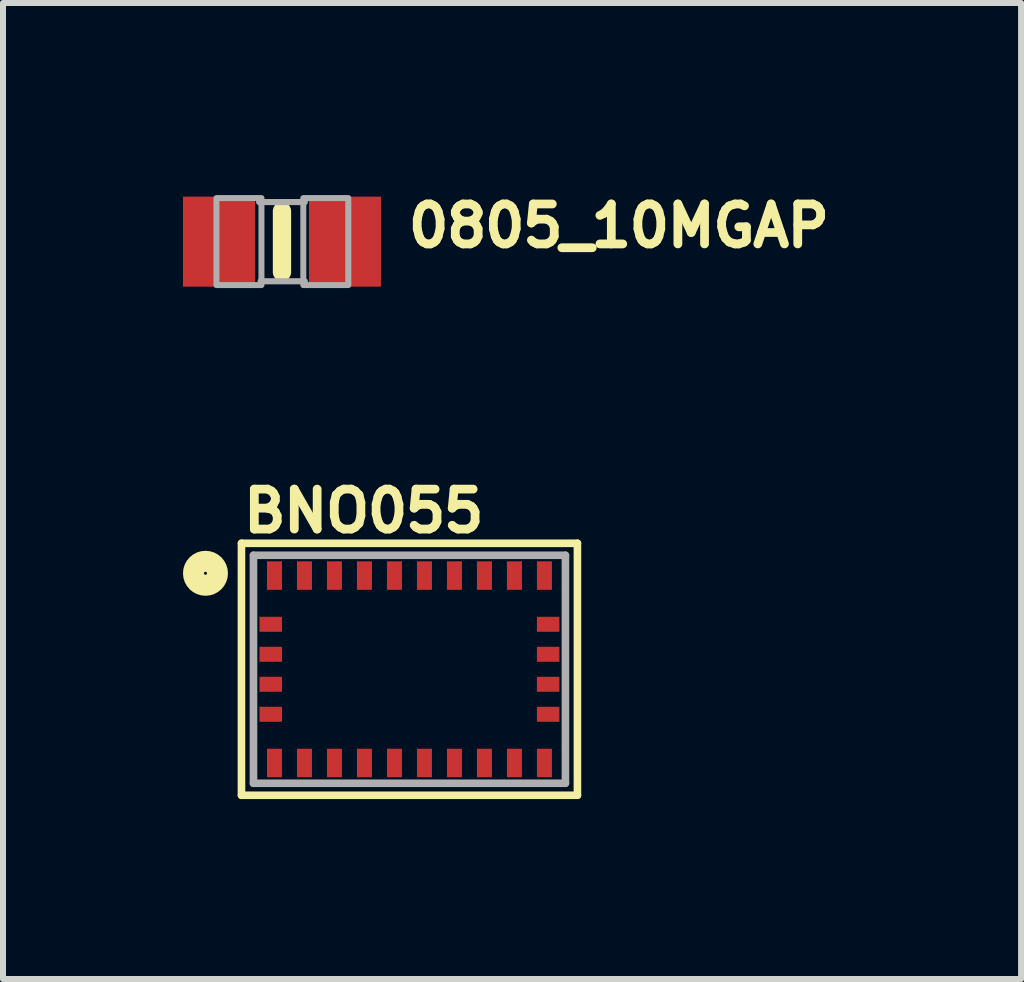
<source format=kicad_pcb>
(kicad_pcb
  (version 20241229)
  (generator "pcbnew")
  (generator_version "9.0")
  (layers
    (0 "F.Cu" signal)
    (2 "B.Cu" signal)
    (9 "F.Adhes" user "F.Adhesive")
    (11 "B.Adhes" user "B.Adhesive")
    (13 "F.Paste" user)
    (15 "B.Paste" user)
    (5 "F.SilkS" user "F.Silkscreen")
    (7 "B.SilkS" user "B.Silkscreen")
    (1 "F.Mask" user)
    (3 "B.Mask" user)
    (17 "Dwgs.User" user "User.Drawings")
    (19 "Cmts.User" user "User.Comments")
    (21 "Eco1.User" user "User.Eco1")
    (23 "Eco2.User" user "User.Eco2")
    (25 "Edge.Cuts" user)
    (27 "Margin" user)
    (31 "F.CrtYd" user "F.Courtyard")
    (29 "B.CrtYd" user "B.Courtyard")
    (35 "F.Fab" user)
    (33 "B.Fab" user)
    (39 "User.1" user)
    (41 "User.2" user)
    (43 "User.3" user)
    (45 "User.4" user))
  (footprint "0805_10MGAP"
    (layer "F.Cu")
    (at 1.65 0.978)
    (property "Reference" "0805_10MGAP" (at 2.032 0.127 0) (layer "F.SilkS") (effects (font (size 0.666 0.666) (thickness 0.146)) (justify left bottom)))
    (fp_line (start 0 -0.508) (end 0 0.508) (stroke (width 0.305) (type solid)) (layer "F.SilkS"))
    (fp_line (start -0.381 -0.66) (end 0.381 -0.66) (stroke (width 0.102) (type solid)) (layer "F.Fab"))
    (fp_line (start -0.356 0.66) (end 0.381 0.66) (stroke (width 0.102) (type solid)) (layer "F.Fab"))
    (fp_poly (pts (xy -1.092 0.724) (xy -0.342 0.724) (xy -0.342 -0.726) (xy -1.092 -0.726)) (stroke (width 0.1) (type default)) (fill no) (layer "F.Fab"))
    (fp_poly (pts (xy 0.356 0.724) (xy 1.106 0.724) (xy 1.106 -0.726) (xy 0.356 -0.726)) (stroke (width 0.1) (type default)) (fill no) (layer "F.Fab"))
    (pad "1" smd rect (at -1.05 0) (size 1.2 1.5) (layers "F.Cu" "F.Mask" "F.Paste"))
    (pad "2" smd rect (at 1.05 0) (size 1.2 1.5) (layers "F.Cu" "F.Mask" "F.Paste")))
  (footprint "BNO055"
    (layer "F.Cu")
    (at 3.775 8.106)
    (property "Reference" "BNO055" (at -2.84 -2.248 0) (layer "F.SilkS") (effects (font (size 0.666 0.666) (thickness 0.146)) (justify left bottom)))
    (fp_line (start -2.8 -2.1) (end 2.8 -2.1) (stroke (width 0.127) (type solid)) (layer "F.SilkS"))
    (fp_line (start -2.8 2.1) (end -2.8 -2.1) (stroke (width 0.127) (type solid)) (layer "F.SilkS"))
    (fp_line (start 2.8 -2.1) (end 2.8 2.1) (stroke (width 0.127) (type solid)) (layer "F.SilkS"))
    (fp_line (start 2.8 2.1) (end -2.8 2.1) (stroke (width 0.127) (type solid)) (layer "F.SilkS"))
    (fp_circle (center -3.4 -1.6) (end -3.2 -1.6) (stroke (width 0.35) (type solid)) (fill no) (layer "F.SilkS"))
    (fp_line (start -2.6 -1.9) (end 2.6 -1.9) (stroke (width 0.127) (type solid)) (layer "F.Fab"))
    (fp_line (start -2.6 1.9) (end -2.6 -1.9) (stroke (width 0.127) (type solid)) (layer "F.Fab"))
    (fp_line (start 2.6 -1.9) (end 2.6 1.9) (stroke (width 0.127) (type solid)) (layer "F.Fab"))
    (fp_line (start 2.6 1.9) (end -2.6 1.9) (stroke (width 0.127) (type solid)) (layer "F.Fab"))
    (pad "1" smd rect (at -2.25 -1.562) (size 0.25 0.475) (layers "F.Cu" "F.Mask" "F.Paste"))
    (pad "2" smd rect (at -2.312 -0.75) (size 0.375 0.25) (layers "F.Cu" "F.Mask" "F.Paste"))
    (pad "3" smd rect (at -2.312 -0.25) (size 0.375 0.25) (layers "F.Cu" "F.Mask" "F.Paste"))
    (pad "4" smd rect (at -2.312 0.25) (size 0.375 0.25) (layers "F.Cu" "F.Mask" "F.Paste"))
    (pad "5" smd rect (at -2.312 0.75) (size 0.375 0.25) (layers "F.Cu" "F.Mask" "F.Paste"))
    (pad "6" smd rect (at -2.25 1.562) (size 0.25 0.475) (layers "F.Cu" "F.Mask" "F.Paste"))
    (pad "7" smd rect (at -1.75 1.562) (size 0.25 0.475) (layers "F.Cu" "F.Mask" "F.Paste"))
    (pad "8" smd rect (at -1.25 1.562) (size 0.25 0.475) (layers "F.Cu" "F.Mask" "F.Paste"))
    (pad "9" smd rect (at -0.75 1.562) (size 0.25 0.475) (layers "F.Cu" "F.Mask" "F.Paste"))
    (pad "10" smd rect (at -0.25 1.562) (size 0.25 0.475) (layers "F.Cu" "F.Mask" "F.Paste"))
    (pad "11" smd rect (at 0.25 1.562) (size 0.25 0.475) (layers "F.Cu" "F.Mask" "F.Paste"))
    (pad "12" smd rect (at 0.75 1.562) (size 0.25 0.475) (layers "F.Cu" "F.Mask" "F.Paste"))
    (pad "13" smd rect (at 1.25 1.562) (size 0.25 0.475) (layers "F.Cu" "F.Mask" "F.Paste"))
    (pad "14" smd rect (at 1.75 1.562) (size 0.25 0.475) (layers "F.Cu" "F.Mask" "F.Paste"))
    (pad "15" smd rect (at 2.25 1.562) (size 0.25 0.475) (layers "F.Cu" "F.Mask" "F.Paste"))
    (pad "16" smd rect (at 2.312 0.75) (size 0.375 0.25) (layers "F.Cu" "F.Mask" "F.Paste"))
    (pad "17" smd rect (at 2.312 0.25) (size 0.375 0.25) (layers "F.Cu" "F.Mask" "F.Paste"))
    (pad "18" smd rect (at 2.312 -0.25) (size 0.375 0.25) (layers "F.Cu" "F.Mask" "F.Paste"))
    (pad "19" smd rect (at 2.312 -0.75) (size 0.375 0.25) (layers "F.Cu" "F.Mask" "F.Paste"))
    (pad "20" smd rect (at 2.25 -1.562) (size 0.25 0.475) (layers "F.Cu" "F.Mask" "F.Paste"))
    (pad "21" smd rect (at 1.75 -1.562) (size 0.25 0.475) (layers "F.Cu" "F.Mask" "F.Paste"))
    (pad "22" smd rect (at 1.25 -1.562) (size 0.25 0.475) (layers "F.Cu" "F.Mask" "F.Paste"))
    (pad "23" smd rect (at 0.75 -1.562) (size 0.25 0.475) (layers "F.Cu" "F.Mask" "F.Paste"))
    (pad "24" smd rect (at 0.25 -1.562) (size 0.25 0.475) (layers "F.Cu" "F.Mask" "F.Paste"))
    (pad "25" smd rect (at -0.25 -1.562) (size 0.25 0.475) (layers "F.Cu" "F.Mask" "F.Paste"))
    (pad "26" smd rect (at -0.75 -1.562) (size 0.25 0.475) (layers "F.Cu" "F.Mask" "F.Paste"))
    (pad "27" smd rect (at -1.25 -1.562) (size 0.25 0.475) (layers "F.Cu" "F.Mask" "F.Paste"))
    (pad "28" smd rect (at -1.75 -1.562) (size 0.25 0.475) (layers "F.Cu" "F.Mask" "F.Paste")))
  (gr_rect
    (start -3 -3)
    (end 13.97 13.269)
    (stroke (width 0.1) (type default))
    (fill no)
    (layer "Edge.Cuts")))
</source>
